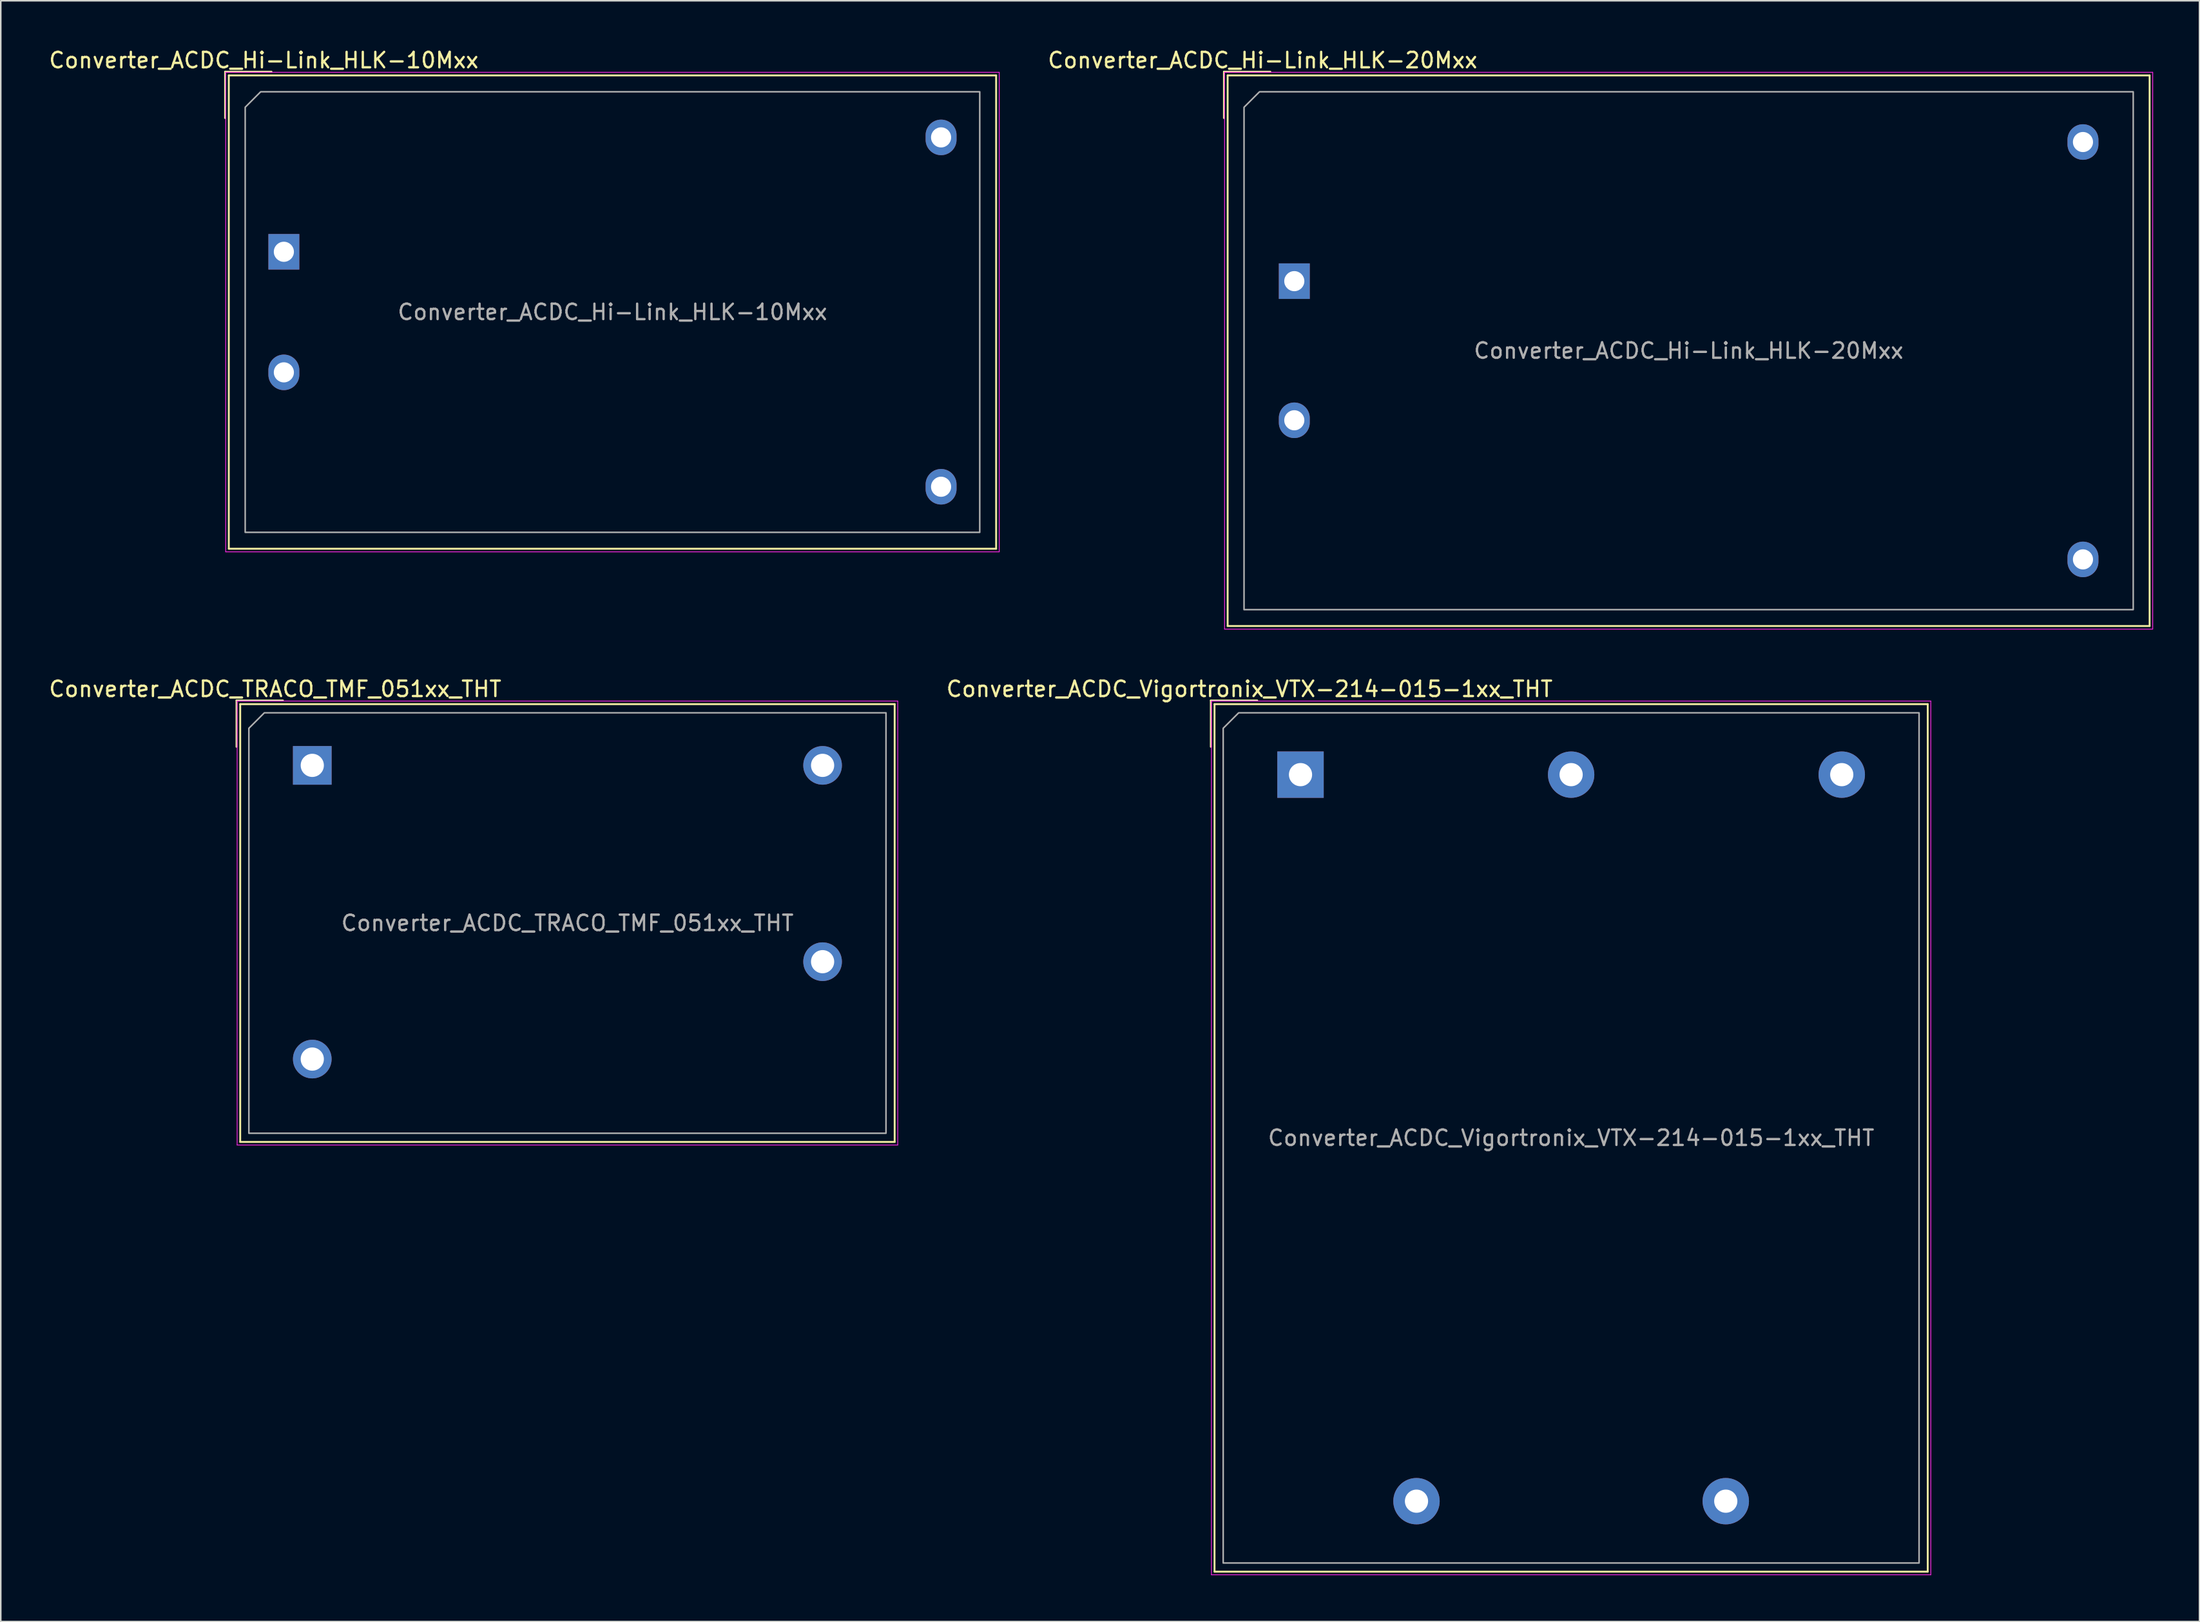
<source format=kicad_pcb>
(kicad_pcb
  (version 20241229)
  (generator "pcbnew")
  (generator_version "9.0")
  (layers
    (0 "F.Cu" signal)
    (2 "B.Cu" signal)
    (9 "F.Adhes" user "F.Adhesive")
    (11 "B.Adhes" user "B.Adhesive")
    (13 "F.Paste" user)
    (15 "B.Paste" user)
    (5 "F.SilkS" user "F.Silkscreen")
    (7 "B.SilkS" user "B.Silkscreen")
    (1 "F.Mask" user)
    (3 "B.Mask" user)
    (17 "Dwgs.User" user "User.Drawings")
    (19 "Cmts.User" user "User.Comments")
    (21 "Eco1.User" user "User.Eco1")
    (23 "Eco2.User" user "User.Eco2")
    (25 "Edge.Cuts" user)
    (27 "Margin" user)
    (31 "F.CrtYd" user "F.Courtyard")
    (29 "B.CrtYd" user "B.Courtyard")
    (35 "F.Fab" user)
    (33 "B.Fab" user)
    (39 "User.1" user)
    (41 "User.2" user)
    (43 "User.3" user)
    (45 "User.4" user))
  (footprint "Converter_ACDC_Hi-Link_HLK-20Mxx"
    (layer "F.Cu")
    (at 80.647 15.138)
    (property "Reference" "Converter_ACDC_Hi-Link_HLK-20Mxx" (at -2.05 -14.29 0) (layer "F.SilkS") (effects (font (size 1 1) (thickness 0.15))))
    (attr through_hole)
    (fp_line (start -4.55 -13.55) (end -1.55 -13.55) (stroke (width 0.12) (type solid)) (layer "F.SilkS"))
    (fp_line (start -4.55 -10.55) (end -4.55 -13.55) (stroke (width 0.12) (type solid)) (layer "F.SilkS"))
    (fp_line (start -4.31 -13.31) (end -4.31 22.31) (stroke (width 0.12) (type solid)) (layer "F.SilkS"))
    (fp_line (start -4.31 -13.31) (end 55.31 -13.31) (stroke (width 0.12) (type solid)) (layer "F.SilkS"))
    (fp_line (start -4.31 22.31) (end 55.31 22.31) (stroke (width 0.12) (type solid)) (layer "F.SilkS"))
    (fp_line (start 55.31 -13.31) (end 55.31 22.31) (stroke (width 0.12) (type solid)) (layer "F.SilkS"))
    (fp_line (start -4.51 -13.51) (end -4.51 22.51) (stroke (width 0.05) (type solid)) (layer "F.CrtYd"))
    (fp_line (start -4.51 22.51) (end 55.51 22.51) (stroke (width 0.05) (type solid)) (layer "F.CrtYd"))
    (fp_line (start 55.51 -13.51) (end -4.51 -13.51) (stroke (width 0.05) (type solid)) (layer "F.CrtYd"))
    (fp_line (start 55.51 22.51) (end 55.51 -13.51) (stroke (width 0.05) (type solid)) (layer "F.CrtYd"))
    (fp_poly (pts (xy -3.25 -11.25) (xy -3.25 21.25) (xy 54.25 21.25) (xy 54.25 -12.25) (xy -2.25 -12.25)) (stroke (width 0.1) (type solid)) (fill no) (layer "F.Fab"))
    (fp_text user "${REFERENCE}" (at 25.5 4.5 0) (layer "F.Fab") (effects (font (size 1 1) (thickness 0.15))))
    (pad "1" thru_hole rect (at 0 0) (size 2 2.3) (drill 1.3) (layers "*.Cu" "*.Mask"))
    (pad "2" thru_hole oval (at 0 9) (size 2 2.3) (drill 1.3) (layers "*.Cu" "*.Mask"))
    (pad "3" thru_hole oval (at 51 -9) (size 2 2.3) (drill 1.3) (layers "*.Cu" "*.Mask"))
    (pad "4" thru_hole oval (at 51 18) (size 2 2.3) (drill 1.3) (layers "*.Cu" "*.Mask")))
  (footprint "Converter_ACDC_Vigortronix_VTX-214-015-1xx_THT"
    (layer "F.Cu")
    (at 81.049 47.062)
    (property "Reference" "Converter_ACDC_Vigortronix_VTX-214-015-1xx_THT" (at -3.3 -5.54 0) (layer "F.SilkS") (effects (font (size 1 1) (thickness 0.15))))
    (attr through_hole)
    (fp_line (start -5.8 -4.8) (end -2.8 -4.8) (stroke (width 0.12) (type solid)) (layer "F.SilkS"))
    (fp_line (start -5.8 -1.8) (end -5.8 -4.8) (stroke (width 0.12) (type solid)) (layer "F.SilkS"))
    (fp_line (start -5.56 -4.56) (end -5.56 51.56) (stroke (width 0.12) (type solid)) (layer "F.SilkS"))
    (fp_line (start -5.56 -4.56) (end 40.56 -4.56) (stroke (width 0.12) (type solid)) (layer "F.SilkS"))
    (fp_line (start -5.56 51.56) (end 40.56 51.56) (stroke (width 0.12) (type solid)) (layer "F.SilkS"))
    (fp_line (start 40.56 -4.56) (end 40.56 51.56) (stroke (width 0.12) (type solid)) (layer "F.SilkS"))
    (fp_line (start -5.76 -4.76) (end -5.76 51.76) (stroke (width 0.05) (type solid)) (layer "F.CrtYd"))
    (fp_line (start -5.76 51.76) (end 40.76 51.76) (stroke (width 0.05) (type solid)) (layer "F.CrtYd"))
    (fp_line (start 40.76 -4.76) (end -5.76 -4.76) (stroke (width 0.05) (type solid)) (layer "F.CrtYd"))
    (fp_line (start 40.76 51.76) (end 40.76 -4.76) (stroke (width 0.05) (type solid)) (layer "F.CrtYd"))
    (fp_poly (pts (xy -5 -3) (xy -5 51) (xy 40 51) (xy 40 -4) (xy -4 -4)) (stroke (width 0.1) (type solid)) (fill no) (layer "F.Fab"))
    (fp_text user "${REFERENCE}" (at 17.5 23.5 0) (layer "F.Fab") (effects (font (size 1 1) (thickness 0.15))))
    (pad "1" thru_hole rect (at 0 0) (size 3 3) (drill 1.5) (layers "*.Cu" "*.Mask"))
    (pad "2" thru_hole circle (at 17.5 0) (size 3 3) (drill 1.5) (layers "*.Cu" "*.Mask"))
    (pad "3" thru_hole circle (at 35 0) (size 3 3) (drill 1.5) (layers "*.Cu" "*.Mask"))
    (pad "4" thru_hole circle (at 27.5 47) (size 3 3) (drill 1.5) (layers "*.Cu" "*.Mask"))
    (pad "5" thru_hole circle (at 7.5 47) (size 3 3) (drill 1.5) (layers "*.Cu" "*.Mask")))
  (footprint "Converter_ACDC_TRACO_TMF_051xx_THT"
    (layer "F.Cu")
    (at 17.144 46.462)
    (property "Reference" "Converter_ACDC_TRACO_TMF_051xx_THT" (at -2.4 -4.94 0) (layer "F.SilkS") (effects (font (size 1 1) (thickness 0.15))))
    (attr through_hole)
    (fp_line (start -4.9 -4.2) (end -1.9 -4.2) (stroke (width 0.12) (type solid)) (layer "F.SilkS"))
    (fp_line (start -4.9 -1.2) (end -4.9 -4.2) (stroke (width 0.12) (type solid)) (layer "F.SilkS"))
    (fp_line (start -4.66 -3.96) (end -4.66 24.36) (stroke (width 0.12) (type solid)) (layer "F.SilkS"))
    (fp_line (start -4.66 -3.96) (end 37.66 -3.96) (stroke (width 0.12) (type solid)) (layer "F.SilkS"))
    (fp_line (start -4.66 24.36) (end 37.66 24.36) (stroke (width 0.12) (type solid)) (layer "F.SilkS"))
    (fp_line (start 37.66 -3.96) (end 37.66 24.36) (stroke (width 0.12) (type solid)) (layer "F.SilkS"))
    (fp_line (start -4.86 -4.16) (end -4.86 24.56) (stroke (width 0.05) (type solid)) (layer "F.CrtYd"))
    (fp_line (start -4.86 24.56) (end 37.86 24.56) (stroke (width 0.05) (type solid)) (layer "F.CrtYd"))
    (fp_line (start 37.86 -4.16) (end -4.86 -4.16) (stroke (width 0.05) (type solid)) (layer "F.CrtYd"))
    (fp_line (start 37.86 24.56) (end 37.86 -4.16) (stroke (width 0.05) (type solid)) (layer "F.CrtYd"))
    (fp_poly (pts (xy -4.1 -2.4) (xy -4.1 23.8) (xy 37.1 23.8) (xy 37.1 -3.4) (xy -3.1 -3.4)) (stroke (width 0.1) (type solid)) (fill no) (layer "F.Fab"))
    (fp_text user "${REFERENCE}" (at 16.5 10.2 0) (layer "F.Fab") (effects (font (size 1 1) (thickness 0.15))))
    (pad "1" thru_hole rect (at 0 0) (size 2.5 2.5) (drill 1.5) (layers "*.Cu" "*.Mask"))
    (pad "2" thru_hole circle (at 0 19) (size 2.5 2.5) (drill 1.5) (layers "*.Cu" "*.Mask"))
    (pad "3" thru_hole circle (at 33 0) (size 2.5 2.5) (drill 1.5) (layers "*.Cu" "*.Mask"))
    (pad "4" thru_hole circle (at 33 12.7) (size 2.5 2.5) (drill 1.5) (layers "*.Cu" "*.Mask")))
  (footprint "Converter_ACDC_Hi-Link_HLK-10Mxx"
    (layer "F.Cu")
    (at 15.306 13.238)
    (property "Reference" "Converter_ACDC_Hi-Link_HLK-10Mxx" (at -1.3 -12.39 0) (layer "F.SilkS") (effects (font (size 1 1) (thickness 0.15))))
    (attr through_hole)
    (fp_line (start -3.8 -11.65) (end -0.8 -11.65) (stroke (width 0.12) (type solid)) (layer "F.SilkS"))
    (fp_line (start -3.8 -8.65) (end -3.8 -11.65) (stroke (width 0.12) (type solid)) (layer "F.SilkS"))
    (fp_line (start -3.56 -11.41) (end -3.56 19.21) (stroke (width 0.12) (type solid)) (layer "F.SilkS"))
    (fp_line (start -3.56 -11.41) (end 46.06 -11.41) (stroke (width 0.12) (type solid)) (layer "F.SilkS"))
    (fp_line (start -3.56 19.21) (end 46.06 19.21) (stroke (width 0.12) (type solid)) (layer "F.SilkS"))
    (fp_line (start 46.06 -11.41) (end 46.06 19.21) (stroke (width 0.12) (type solid)) (layer "F.SilkS"))
    (fp_line (start -3.76 -11.61) (end -3.76 19.41) (stroke (width 0.05) (type solid)) (layer "F.CrtYd"))
    (fp_line (start -3.76 19.41) (end 46.26 19.41) (stroke (width 0.05) (type solid)) (layer "F.CrtYd"))
    (fp_line (start 46.26 -11.61) (end -3.76 -11.61) (stroke (width 0.05) (type solid)) (layer "F.CrtYd"))
    (fp_line (start 46.26 19.41) (end 46.26 -11.61) (stroke (width 0.05) (type solid)) (layer "F.CrtYd"))
    (fp_poly (pts (xy -2.5 -9.35) (xy -2.5 18.15) (xy 45 18.15) (xy 45 -10.35) (xy -1.5 -10.35)) (stroke (width 0.1) (type solid)) (fill no) (layer "F.Fab"))
    (fp_text user "${REFERENCE}" (at 21.25 3.9 0) (layer "F.Fab") (effects (font (size 1 1) (thickness 0.15))))
    (pad "1" thru_hole rect (at 0 0) (size 2 2.3) (drill 1.3) (layers "*.Cu" "*.Mask"))
    (pad "2" thru_hole oval (at 0 7.8) (size 2 2.3) (drill 1.3) (layers "*.Cu" "*.Mask"))
    (pad "3" thru_hole oval (at 42.5 -7.4) (size 2 2.3) (drill 1.3) (layers "*.Cu" "*.Mask"))
    (pad "4" thru_hole oval (at 42.5 15.2) (size 2 2.3) (drill 1.3) (layers "*.Cu" "*.Mask")))
  (gr_rect
    (start -3 -3)
    (end 139.182 101.847)
    (stroke (width 0.1) (type default))
    (fill no)
    (layer "Edge.Cuts")))
</source>
